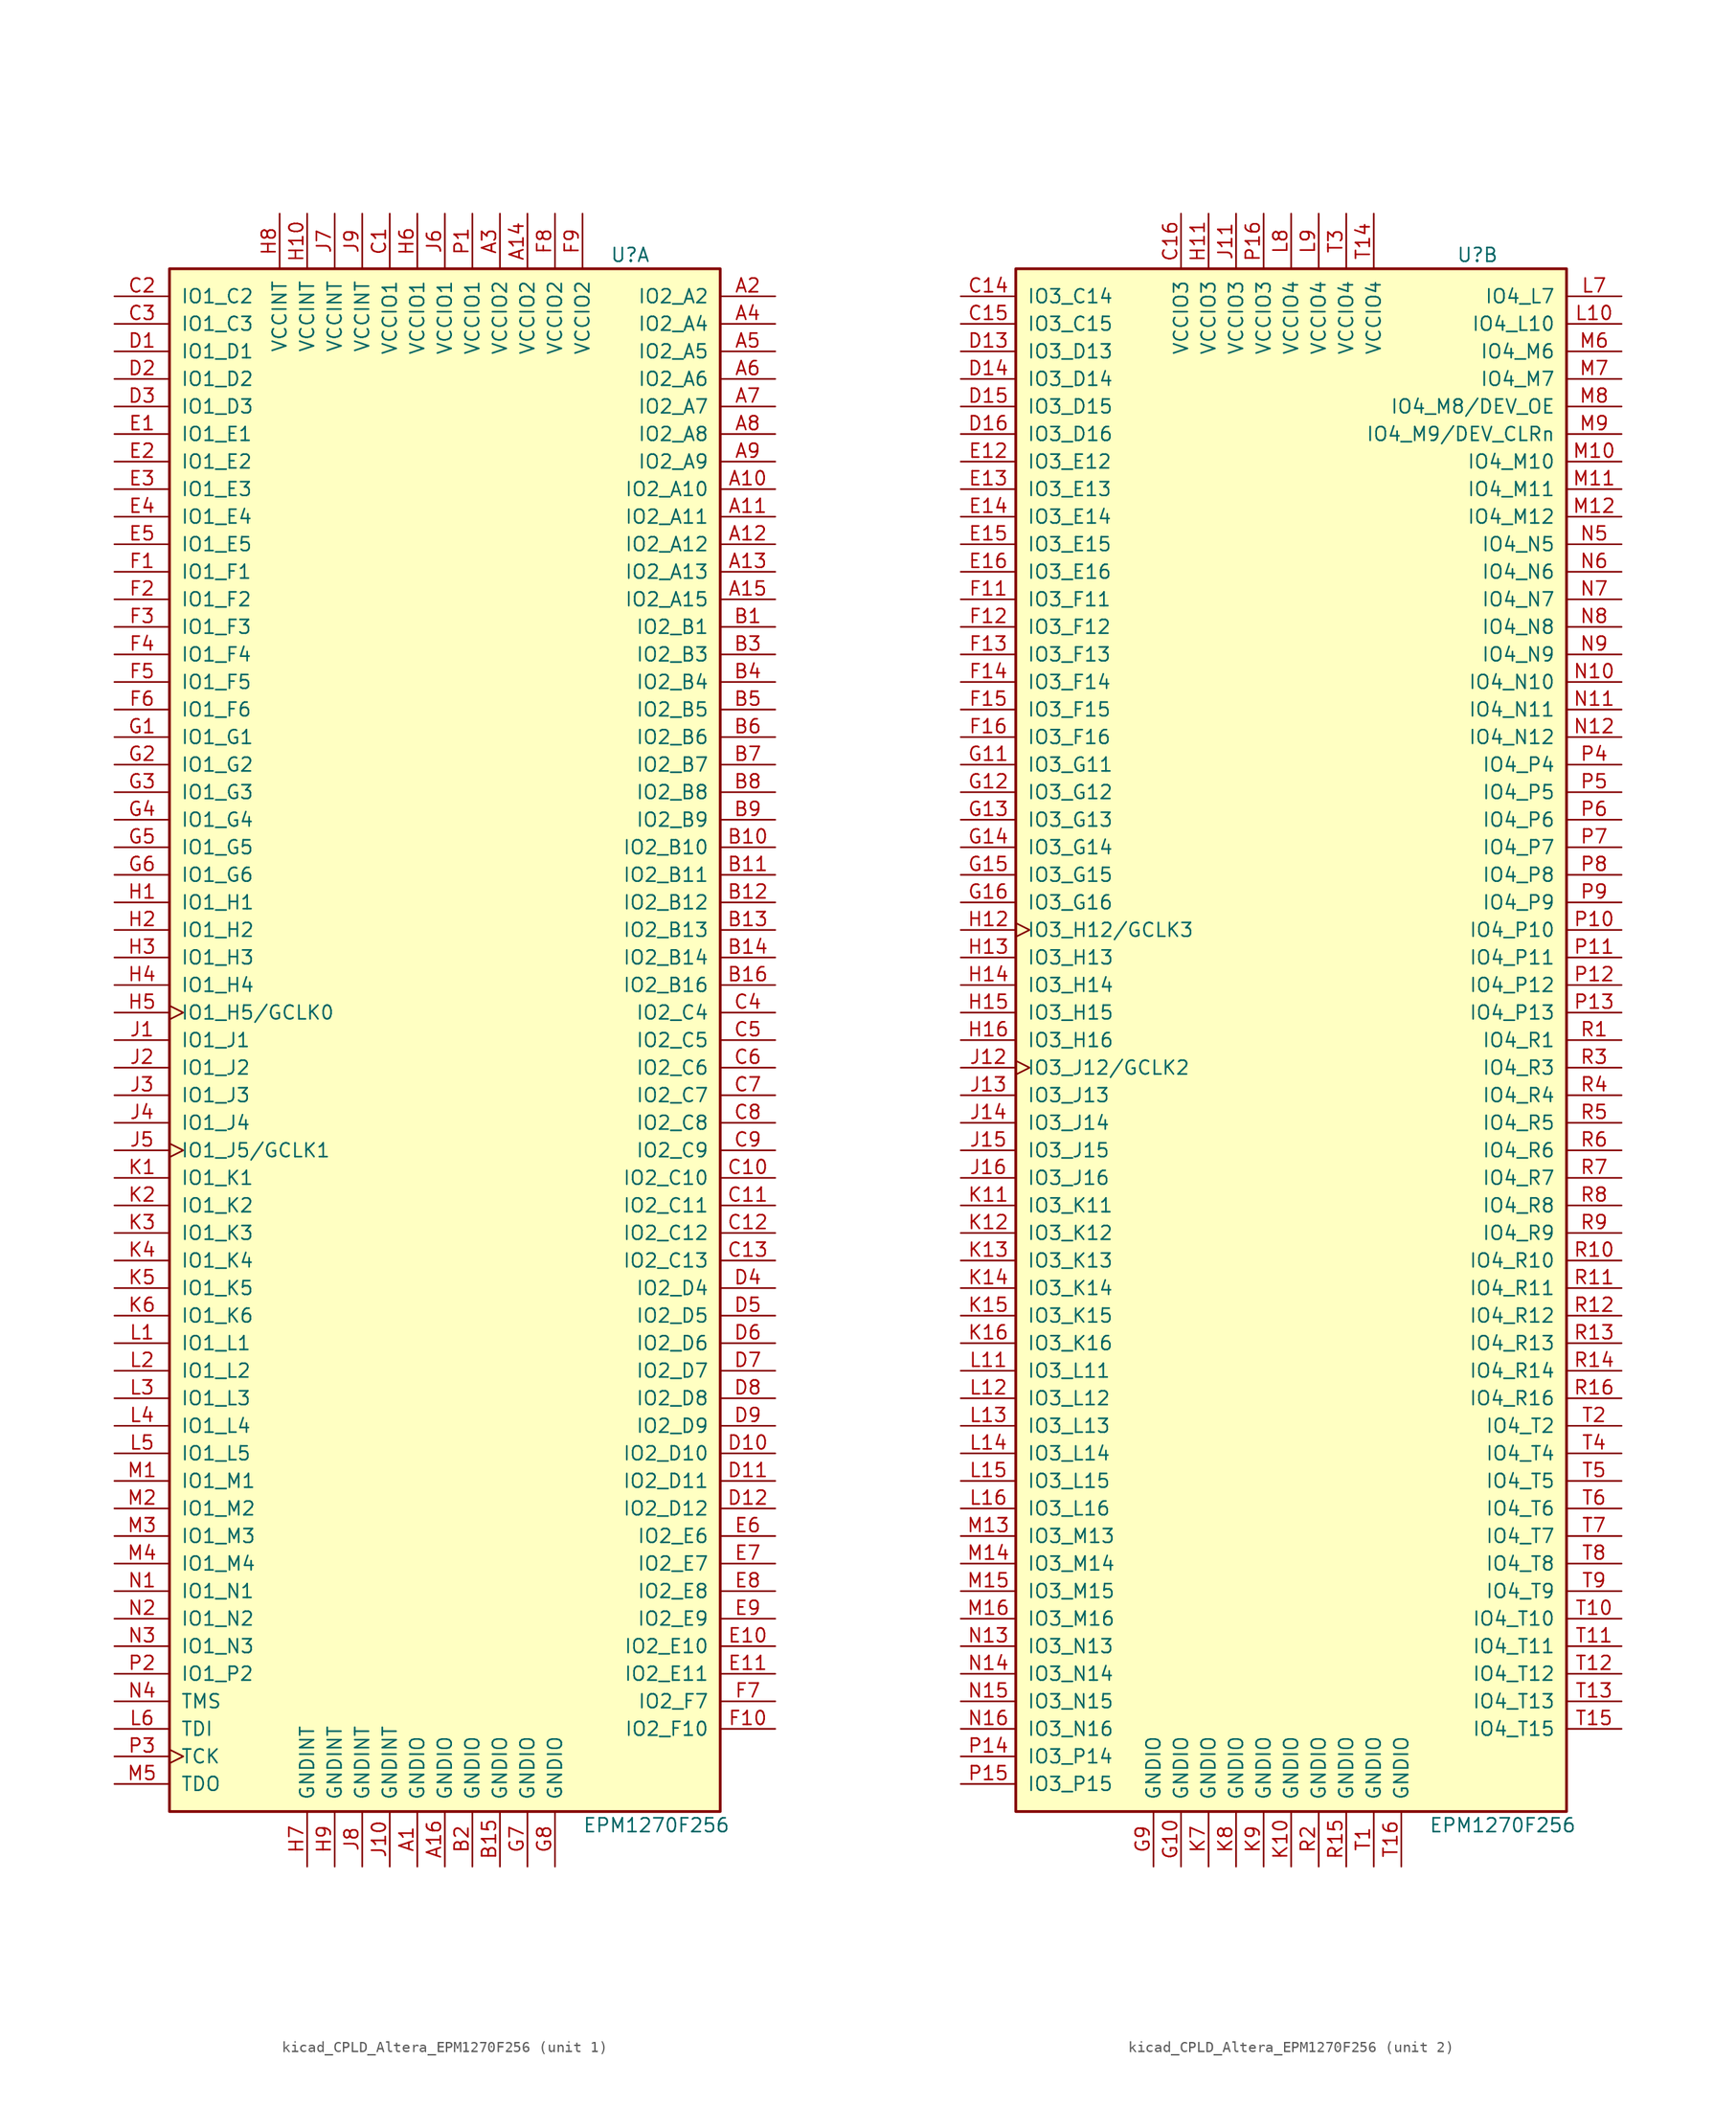
<source format=kicad_sym>
(kicad_symbol_lib
  (version 20220914)
  (generator kicad_symbol_editor)
  (symbol "kicad_CPLD_Altera_EPM1270F256"
    (pin_names
      (offset 1.016))
    (property "Reference" "U"
      (at 15.24 72.39 0)
      (effects (font (size 1.27 1.27)) (justify left)))
    (property "Value" "EPM1270F256"
      (at 12.7 -72.39 0)
      (effects (font (size 1.27 1.27)) (justify left)))
    (property "ki_locked" ""
      (at 0 0 0)
      (effects (font (size 1.27 1.27))))
    (symbol "kicad_CPLD_Altera_EPM1270F256_1_1"
      (rectangle (start -25.4 71.12) (end 25.4 -71.12) (stroke (width 0.254) (type default)) (fill (type background)))
      (pin power_in line (at -2.54 -76.2 90) (length 5.08) (name "GNDIO" (effects (font (size 1.27 1.27)))) (number "A1" (effects (font (size 1.27 1.27)))))
      (pin bidirectional line (at 30.48 50.8 180) (length 5.08) (name "IO2_A10" (effects (font (size 1.27 1.27)))) (number "A10" (effects (font (size 1.27 1.27)))))
      (pin bidirectional line (at 30.48 48.26 180) (length 5.08) (name "IO2_A11" (effects (font (size 1.27 1.27)))) (number "A11" (effects (font (size 1.27 1.27)))))
      (pin bidirectional line (at 30.48 45.72 180) (length 5.08) (name "IO2_A12" (effects (font (size 1.27 1.27)))) (number "A12" (effects (font (size 1.27 1.27)))))
      (pin bidirectional line (at 30.48 43.18 180) (length 5.08) (name "IO2_A13" (effects (font (size 1.27 1.27)))) (number "A13" (effects (font (size 1.27 1.27)))))
      (pin power_in line (at 7.62 76.2 270) (length 5.08) (name "VCCIO2" (effects (font (size 1.27 1.27)))) (number "A14" (effects (font (size 1.27 1.27)))))
      (pin bidirectional line (at 30.48 40.64 180) (length 5.08) (name "IO2_A15" (effects (font (size 1.27 1.27)))) (number "A15" (effects (font (size 1.27 1.27)))))
      (pin power_in line (at 0 -76.2 90) (length 5.08) (name "GNDIO" (effects (font (size 1.27 1.27)))) (number "A16" (effects (font (size 1.27 1.27)))))
      (pin bidirectional line (at 30.48 68.58 180) (length 5.08) (name "IO2_A2" (effects (font (size 1.27 1.27)))) (number "A2" (effects (font (size 1.27 1.27)))))
      (pin power_in line (at 5.08 76.2 270) (length 5.08) (name "VCCIO2" (effects (font (size 1.27 1.27)))) (number "A3" (effects (font (size 1.27 1.27)))))
      (pin bidirectional line (at 30.48 66.04 180) (length 5.08) (name "IO2_A4" (effects (font (size 1.27 1.27)))) (number "A4" (effects (font (size 1.27 1.27)))))
      (pin bidirectional line (at 30.48 63.5 180) (length 5.08) (name "IO2_A5" (effects (font (size 1.27 1.27)))) (number "A5" (effects (font (size 1.27 1.27)))))
      (pin bidirectional line (at 30.48 60.96 180) (length 5.08) (name "IO2_A6" (effects (font (size 1.27 1.27)))) (number "A6" (effects (font (size 1.27 1.27)))))
      (pin bidirectional line (at 30.48 58.42 180) (length 5.08) (name "IO2_A7" (effects (font (size 1.27 1.27)))) (number "A7" (effects (font (size 1.27 1.27)))))
      (pin bidirectional line (at 30.48 55.88 180) (length 5.08) (name "IO2_A8" (effects (font (size 1.27 1.27)))) (number "A8" (effects (font (size 1.27 1.27)))))
      (pin bidirectional line (at 30.48 53.34 180) (length 5.08) (name "IO2_A9" (effects (font (size 1.27 1.27)))) (number "A9" (effects (font (size 1.27 1.27)))))
      (pin bidirectional line (at 30.48 38.1 180) (length 5.08) (name "IO2_B1" (effects (font (size 1.27 1.27)))) (number "B1" (effects (font (size 1.27 1.27)))))
      (pin bidirectional line (at 30.48 17.78 180) (length 5.08) (name "IO2_B10" (effects (font (size 1.27 1.27)))) (number "B10" (effects (font (size 1.27 1.27)))))
      (pin bidirectional line (at 30.48 15.24 180) (length 5.08) (name "IO2_B11" (effects (font (size 1.27 1.27)))) (number "B11" (effects (font (size 1.27 1.27)))))
      (pin bidirectional line (at 30.48 12.7 180) (length 5.08) (name "IO2_B12" (effects (font (size 1.27 1.27)))) (number "B12" (effects (font (size 1.27 1.27)))))
      (pin bidirectional line (at 30.48 10.16 180) (length 5.08) (name "IO2_B13" (effects (font (size 1.27 1.27)))) (number "B13" (effects (font (size 1.27 1.27)))))
      (pin bidirectional line (at 30.48 7.62 180) (length 5.08) (name "IO2_B14" (effects (font (size 1.27 1.27)))) (number "B14" (effects (font (size 1.27 1.27)))))
      (pin power_in line (at 5.08 -76.2 90) (length 5.08) (name "GNDIO" (effects (font (size 1.27 1.27)))) (number "B15" (effects (font (size 1.27 1.27)))))
      (pin bidirectional line (at 30.48 5.08 180) (length 5.08) (name "IO2_B16" (effects (font (size 1.27 1.27)))) (number "B16" (effects (font (size 1.27 1.27)))))
      (pin power_in line (at 2.54 -76.2 90) (length 5.08) (name "GNDIO" (effects (font (size 1.27 1.27)))) (number "B2" (effects (font (size 1.27 1.27)))))
      (pin bidirectional line (at 30.48 35.56 180) (length 5.08) (name "IO2_B3" (effects (font (size 1.27 1.27)))) (number "B3" (effects (font (size 1.27 1.27)))))
      (pin bidirectional line (at 30.48 33.02 180) (length 5.08) (name "IO2_B4" (effects (font (size 1.27 1.27)))) (number "B4" (effects (font (size 1.27 1.27)))))
      (pin bidirectional line (at 30.48 30.48 180) (length 5.08) (name "IO2_B5" (effects (font (size 1.27 1.27)))) (number "B5" (effects (font (size 1.27 1.27)))))
      (pin bidirectional line (at 30.48 27.94 180) (length 5.08) (name "IO2_B6" (effects (font (size 1.27 1.27)))) (number "B6" (effects (font (size 1.27 1.27)))))
      (pin bidirectional line (at 30.48 25.4 180) (length 5.08) (name "IO2_B7" (effects (font (size 1.27 1.27)))) (number "B7" (effects (font (size 1.27 1.27)))))
      (pin bidirectional line (at 30.48 22.86 180) (length 5.08) (name "IO2_B8" (effects (font (size 1.27 1.27)))) (number "B8" (effects (font (size 1.27 1.27)))))
      (pin bidirectional line (at 30.48 20.32 180) (length 5.08) (name "IO2_B9" (effects (font (size 1.27 1.27)))) (number "B9" (effects (font (size 1.27 1.27)))))
      (pin power_in line (at -5.08 76.2 270) (length 5.08) (name "VCCIO1" (effects (font (size 1.27 1.27)))) (number "C1" (effects (font (size 1.27 1.27)))))
      (pin bidirectional line (at 30.48 -12.7 180) (length 5.08) (name "IO2_C10" (effects (font (size 1.27 1.27)))) (number "C10" (effects (font (size 1.27 1.27)))))
      (pin bidirectional line (at 30.48 -15.24 180) (length 5.08) (name "IO2_C11" (effects (font (size 1.27 1.27)))) (number "C11" (effects (font (size 1.27 1.27)))))
      (pin bidirectional line (at 30.48 -17.78 180) (length 5.08) (name "IO2_C12" (effects (font (size 1.27 1.27)))) (number "C12" (effects (font (size 1.27 1.27)))))
      (pin bidirectional line (at 30.48 -20.32 180) (length 5.08) (name "IO2_C13" (effects (font (size 1.27 1.27)))) (number "C13" (effects (font (size 1.27 1.27)))))
      (pin bidirectional line (at -30.48 68.58 0) (length 5.08) (name "IO1_C2" (effects (font (size 1.27 1.27)))) (number "C2" (effects (font (size 1.27 1.27)))))
      (pin bidirectional line (at -30.48 66.04 0) (length 5.08) (name "IO1_C3" (effects (font (size 1.27 1.27)))) (number "C3" (effects (font (size 1.27 1.27)))))
      (pin bidirectional line (at 30.48 2.54 180) (length 5.08) (name "IO2_C4" (effects (font (size 1.27 1.27)))) (number "C4" (effects (font (size 1.27 1.27)))))
      (pin bidirectional line (at 30.48 0 180) (length 5.08) (name "IO2_C5" (effects (font (size 1.27 1.27)))) (number "C5" (effects (font (size 1.27 1.27)))))
      (pin bidirectional line (at 30.48 -2.54 180) (length 5.08) (name "IO2_C6" (effects (font (size 1.27 1.27)))) (number "C6" (effects (font (size 1.27 1.27)))))
      (pin bidirectional line (at 30.48 -5.08 180) (length 5.08) (name "IO2_C7" (effects (font (size 1.27 1.27)))) (number "C7" (effects (font (size 1.27 1.27)))))
      (pin bidirectional line (at 30.48 -7.62 180) (length 5.08) (name "IO2_C8" (effects (font (size 1.27 1.27)))) (number "C8" (effects (font (size 1.27 1.27)))))
      (pin bidirectional line (at 30.48 -10.16 180) (length 5.08) (name "IO2_C9" (effects (font (size 1.27 1.27)))) (number "C9" (effects (font (size 1.27 1.27)))))
      (pin bidirectional line (at -30.48 63.5 0) (length 5.08) (name "IO1_D1" (effects (font (size 1.27 1.27)))) (number "D1" (effects (font (size 1.27 1.27)))))
      (pin bidirectional line (at 30.48 -38.1 180) (length 5.08) (name "IO2_D10" (effects (font (size 1.27 1.27)))) (number "D10" (effects (font (size 1.27 1.27)))))
      (pin bidirectional line (at 30.48 -40.64 180) (length 5.08) (name "IO2_D11" (effects (font (size 1.27 1.27)))) (number "D11" (effects (font (size 1.27 1.27)))))
      (pin bidirectional line (at 30.48 -43.18 180) (length 5.08) (name "IO2_D12" (effects (font (size 1.27 1.27)))) (number "D12" (effects (font (size 1.27 1.27)))))
      (pin bidirectional line (at -30.48 60.96 0) (length 5.08) (name "IO1_D2" (effects (font (size 1.27 1.27)))) (number "D2" (effects (font (size 1.27 1.27)))))
      (pin bidirectional line (at -30.48 58.42 0) (length 5.08) (name "IO1_D3" (effects (font (size 1.27 1.27)))) (number "D3" (effects (font (size 1.27 1.27)))))
      (pin bidirectional line (at 30.48 -22.86 180) (length 5.08) (name "IO2_D4" (effects (font (size 1.27 1.27)))) (number "D4" (effects (font (size 1.27 1.27)))))
      (pin bidirectional line (at 30.48 -25.4 180) (length 5.08) (name "IO2_D5" (effects (font (size 1.27 1.27)))) (number "D5" (effects (font (size 1.27 1.27)))))
      (pin bidirectional line (at 30.48 -27.94 180) (length 5.08) (name "IO2_D6" (effects (font (size 1.27 1.27)))) (number "D6" (effects (font (size 1.27 1.27)))))
      (pin bidirectional line (at 30.48 -30.48 180) (length 5.08) (name "IO2_D7" (effects (font (size 1.27 1.27)))) (number "D7" (effects (font (size 1.27 1.27)))))
      (pin bidirectional line (at 30.48 -33.02 180) (length 5.08) (name "IO2_D8" (effects (font (size 1.27 1.27)))) (number "D8" (effects (font (size 1.27 1.27)))))
      (pin bidirectional line (at 30.48 -35.56 180) (length 5.08) (name "IO2_D9" (effects (font (size 1.27 1.27)))) (number "D9" (effects (font (size 1.27 1.27)))))
      (pin bidirectional line (at -30.48 55.88 0) (length 5.08) (name "IO1_E1" (effects (font (size 1.27 1.27)))) (number "E1" (effects (font (size 1.27 1.27)))))
      (pin bidirectional line (at 30.48 -55.88 180) (length 5.08) (name "IO2_E10" (effects (font (size 1.27 1.27)))) (number "E10" (effects (font (size 1.27 1.27)))))
      (pin bidirectional line (at 30.48 -58.42 180) (length 5.08) (name "IO2_E11" (effects (font (size 1.27 1.27)))) (number "E11" (effects (font (size 1.27 1.27)))))
      (pin bidirectional line (at -30.48 53.34 0) (length 5.08) (name "IO1_E2" (effects (font (size 1.27 1.27)))) (number "E2" (effects (font (size 1.27 1.27)))))
      (pin bidirectional line (at -30.48 50.8 0) (length 5.08) (name "IO1_E3" (effects (font (size 1.27 1.27)))) (number "E3" (effects (font (size 1.27 1.27)))))
      (pin bidirectional line (at -30.48 48.26 0) (length 5.08) (name "IO1_E4" (effects (font (size 1.27 1.27)))) (number "E4" (effects (font (size 1.27 1.27)))))
      (pin bidirectional line (at -30.48 45.72 0) (length 5.08) (name "IO1_E5" (effects (font (size 1.27 1.27)))) (number "E5" (effects (font (size 1.27 1.27)))))
      (pin bidirectional line (at 30.48 -45.72 180) (length 5.08) (name "IO2_E6" (effects (font (size 1.27 1.27)))) (number "E6" (effects (font (size 1.27 1.27)))))
      (pin bidirectional line (at 30.48 -48.26 180) (length 5.08) (name "IO2_E7" (effects (font (size 1.27 1.27)))) (number "E7" (effects (font (size 1.27 1.27)))))
      (pin bidirectional line (at 30.48 -50.8 180) (length 5.08) (name "IO2_E8" (effects (font (size 1.27 1.27)))) (number "E8" (effects (font (size 1.27 1.27)))))
      (pin bidirectional line (at 30.48 -53.34 180) (length 5.08) (name "IO2_E9" (effects (font (size 1.27 1.27)))) (number "E9" (effects (font (size 1.27 1.27)))))
      (pin bidirectional line (at -30.48 43.18 0) (length 5.08) (name "IO1_F1" (effects (font (size 1.27 1.27)))) (number "F1" (effects (font (size 1.27 1.27)))))
      (pin bidirectional line (at 30.48 -63.5 180) (length 5.08) (name "IO2_F10" (effects (font (size 1.27 1.27)))) (number "F10" (effects (font (size 1.27 1.27)))))
      (pin bidirectional line (at -30.48 40.64 0) (length 5.08) (name "IO1_F2" (effects (font (size 1.27 1.27)))) (number "F2" (effects (font (size 1.27 1.27)))))
      (pin bidirectional line (at -30.48 38.1 0) (length 5.08) (name "IO1_F3" (effects (font (size 1.27 1.27)))) (number "F3" (effects (font (size 1.27 1.27)))))
      (pin bidirectional line (at -30.48 35.56 0) (length 5.08) (name "IO1_F4" (effects (font (size 1.27 1.27)))) (number "F4" (effects (font (size 1.27 1.27)))))
      (pin bidirectional line (at -30.48 33.02 0) (length 5.08) (name "IO1_F5" (effects (font (size 1.27 1.27)))) (number "F5" (effects (font (size 1.27 1.27)))))
      (pin bidirectional line (at -30.48 30.48 0) (length 5.08) (name "IO1_F6" (effects (font (size 1.27 1.27)))) (number "F6" (effects (font (size 1.27 1.27)))))
      (pin bidirectional line (at 30.48 -60.96 180) (length 5.08) (name "IO2_F7" (effects (font (size 1.27 1.27)))) (number "F7" (effects (font (size 1.27 1.27)))))
      (pin power_in line (at 10.16 76.2 270) (length 5.08) (name "VCCIO2" (effects (font (size 1.27 1.27)))) (number "F8" (effects (font (size 1.27 1.27)))))
      (pin power_in line (at 12.7 76.2 270) (length 5.08) (name "VCCIO2" (effects (font (size 1.27 1.27)))) (number "F9" (effects (font (size 1.27 1.27)))))
      (pin bidirectional line (at -30.48 27.94 0) (length 5.08) (name "IO1_G1" (effects (font (size 1.27 1.27)))) (number "G1" (effects (font (size 1.27 1.27)))))
      (pin bidirectional line (at -30.48 25.4 0) (length 5.08) (name "IO1_G2" (effects (font (size 1.27 1.27)))) (number "G2" (effects (font (size 1.27 1.27)))))
      (pin bidirectional line (at -30.48 22.86 0) (length 5.08) (name "IO1_G3" (effects (font (size 1.27 1.27)))) (number "G3" (effects (font (size 1.27 1.27)))))
      (pin bidirectional line (at -30.48 20.32 0) (length 5.08) (name "IO1_G4" (effects (font (size 1.27 1.27)))) (number "G4" (effects (font (size 1.27 1.27)))))
      (pin bidirectional line (at -30.48 17.78 0) (length 5.08) (name "IO1_G5" (effects (font (size 1.27 1.27)))) (number "G5" (effects (font (size 1.27 1.27)))))
      (pin bidirectional line (at -30.48 15.24 0) (length 5.08) (name "IO1_G6" (effects (font (size 1.27 1.27)))) (number "G6" (effects (font (size 1.27 1.27)))))
      (pin power_in line (at 7.62 -76.2 90) (length 5.08) (name "GNDIO" (effects (font (size 1.27 1.27)))) (number "G7" (effects (font (size 1.27 1.27)))))
      (pin power_in line (at 10.16 -76.2 90) (length 5.08) (name "GNDIO" (effects (font (size 1.27 1.27)))) (number "G8" (effects (font (size 1.27 1.27)))))
      (pin bidirectional line (at -30.48 12.7 0) (length 5.08) (name "IO1_H1" (effects (font (size 1.27 1.27)))) (number "H1" (effects (font (size 1.27 1.27)))))
      (pin power_in line (at -12.7 76.2 270) (length 5.08) (name "VCCINT" (effects (font (size 1.27 1.27)))) (number "H10" (effects (font (size 1.27 1.27)))))
      (pin bidirectional line (at -30.48 10.16 0) (length 5.08) (name "IO1_H2" (effects (font (size 1.27 1.27)))) (number "H2" (effects (font (size 1.27 1.27)))))
      (pin bidirectional line (at -30.48 7.62 0) (length 5.08) (name "IO1_H3" (effects (font (size 1.27 1.27)))) (number "H3" (effects (font (size 1.27 1.27)))))
      (pin bidirectional line (at -30.48 5.08 0) (length 5.08) (name "IO1_H4" (effects (font (size 1.27 1.27)))) (number "H4" (effects (font (size 1.27 1.27)))))
      (pin bidirectional clock (at -30.48 2.54 0) (length 5.08) (name "IO1_H5/GCLK0" (effects (font (size 1.27 1.27)))) (number "H5" (effects (font (size 1.27 1.27)))))
      (pin power_in line (at -2.54 76.2 270) (length 5.08) (name "VCCIO1" (effects (font (size 1.27 1.27)))) (number "H6" (effects (font (size 1.27 1.27)))))
      (pin power_in line (at -12.7 -76.2 90) (length 5.08) (name "GNDINT" (effects (font (size 1.27 1.27)))) (number "H7" (effects (font (size 1.27 1.27)))))
      (pin power_in line (at -15.24 76.2 270) (length 5.08) (name "VCCINT" (effects (font (size 1.27 1.27)))) (number "H8" (effects (font (size 1.27 1.27)))))
      (pin power_in line (at -10.16 -76.2 90) (length 5.08) (name "GNDINT" (effects (font (size 1.27 1.27)))) (number "H9" (effects (font (size 1.27 1.27)))))
      (pin bidirectional line (at -30.48 0 0) (length 5.08) (name "IO1_J1" (effects (font (size 1.27 1.27)))) (number "J1" (effects (font (size 1.27 1.27)))))
      (pin power_in line (at -5.08 -76.2 90) (length 5.08) (name "GNDINT" (effects (font (size 1.27 1.27)))) (number "J10" (effects (font (size 1.27 1.27)))))
      (pin bidirectional line (at -30.48 -2.54 0) (length 5.08) (name "IO1_J2" (effects (font (size 1.27 1.27)))) (number "J2" (effects (font (size 1.27 1.27)))))
      (pin bidirectional line (at -30.48 -5.08 0) (length 5.08) (name "IO1_J3" (effects (font (size 1.27 1.27)))) (number "J3" (effects (font (size 1.27 1.27)))))
      (pin bidirectional line (at -30.48 -7.62 0) (length 5.08) (name "IO1_J4" (effects (font (size 1.27 1.27)))) (number "J4" (effects (font (size 1.27 1.27)))))
      (pin bidirectional clock (at -30.48 -10.16 0) (length 5.08) (name "IO1_J5/GCLK1" (effects (font (size 1.27 1.27)))) (number "J5" (effects (font (size 1.27 1.27)))))
      (pin power_in line (at 0 76.2 270) (length 5.08) (name "VCCIO1" (effects (font (size 1.27 1.27)))) (number "J6" (effects (font (size 1.27 1.27)))))
      (pin power_in line (at -10.16 76.2 270) (length 5.08) (name "VCCINT" (effects (font (size 1.27 1.27)))) (number "J7" (effects (font (size 1.27 1.27)))))
      (pin power_in line (at -7.62 -76.2 90) (length 5.08) (name "GNDINT" (effects (font (size 1.27 1.27)))) (number "J8" (effects (font (size 1.27 1.27)))))
      (pin power_in line (at -7.62 76.2 270) (length 5.08) (name "VCCINT" (effects (font (size 1.27 1.27)))) (number "J9" (effects (font (size 1.27 1.27)))))
      (pin bidirectional line (at -30.48 -12.7 0) (length 5.08) (name "IO1_K1" (effects (font (size 1.27 1.27)))) (number "K1" (effects (font (size 1.27 1.27)))))
      (pin bidirectional line (at -30.48 -15.24 0) (length 5.08) (name "IO1_K2" (effects (font (size 1.27 1.27)))) (number "K2" (effects (font (size 1.27 1.27)))))
      (pin bidirectional line (at -30.48 -17.78 0) (length 5.08) (name "IO1_K3" (effects (font (size 1.27 1.27)))) (number "K3" (effects (font (size 1.27 1.27)))))
      (pin bidirectional line (at -30.48 -20.32 0) (length 5.08) (name "IO1_K4" (effects (font (size 1.27 1.27)))) (number "K4" (effects (font (size 1.27 1.27)))))
      (pin bidirectional line (at -30.48 -22.86 0) (length 5.08) (name "IO1_K5" (effects (font (size 1.27 1.27)))) (number "K5" (effects (font (size 1.27 1.27)))))
      (pin bidirectional line (at -30.48 -25.4 0) (length 5.08) (name "IO1_K6" (effects (font (size 1.27 1.27)))) (number "K6" (effects (font (size 1.27 1.27)))))
      (pin bidirectional line (at -30.48 -27.94 0) (length 5.08) (name "IO1_L1" (effects (font (size 1.27 1.27)))) (number "L1" (effects (font (size 1.27 1.27)))))
      (pin bidirectional line (at -30.48 -30.48 0) (length 5.08) (name "IO1_L2" (effects (font (size 1.27 1.27)))) (number "L2" (effects (font (size 1.27 1.27)))))
      (pin bidirectional line (at -30.48 -33.02 0) (length 5.08) (name "IO1_L3" (effects (font (size 1.27 1.27)))) (number "L3" (effects (font (size 1.27 1.27)))))
      (pin bidirectional line (at -30.48 -35.56 0) (length 5.08) (name "IO1_L4" (effects (font (size 1.27 1.27)))) (number "L4" (effects (font (size 1.27 1.27)))))
      (pin bidirectional line (at -30.48 -38.1 0) (length 5.08) (name "IO1_L5" (effects (font (size 1.27 1.27)))) (number "L5" (effects (font (size 1.27 1.27)))))
      (pin input line (at -30.48 -63.5 0) (length 5.08) (name "TDI" (effects (font (size 1.27 1.27)))) (number "L6" (effects (font (size 1.27 1.27)))))
      (pin bidirectional line (at -30.48 -40.64 0) (length 5.08) (name "IO1_M1" (effects (font (size 1.27 1.27)))) (number "M1" (effects (font (size 1.27 1.27)))))
      (pin bidirectional line (at -30.48 -43.18 0) (length 5.08) (name "IO1_M2" (effects (font (size 1.27 1.27)))) (number "M2" (effects (font (size 1.27 1.27)))))
      (pin bidirectional line (at -30.48 -45.72 0) (length 5.08) (name "IO1_M3" (effects (font (size 1.27 1.27)))) (number "M3" (effects (font (size 1.27 1.27)))))
      (pin bidirectional line (at -30.48 -48.26 0) (length 5.08) (name "IO1_M4" (effects (font (size 1.27 1.27)))) (number "M4" (effects (font (size 1.27 1.27)))))
      (pin output line (at -30.48 -68.58 0) (length 5.08) (name "TDO" (effects (font (size 1.27 1.27)))) (number "M5" (effects (font (size 1.27 1.27)))))
      (pin bidirectional line (at -30.48 -50.8 0) (length 5.08) (name "IO1_N1" (effects (font (size 1.27 1.27)))) (number "N1" (effects (font (size 1.27 1.27)))))
      (pin bidirectional line (at -30.48 -53.34 0) (length 5.08) (name "IO1_N2" (effects (font (size 1.27 1.27)))) (number "N2" (effects (font (size 1.27 1.27)))))
      (pin bidirectional line (at -30.48 -55.88 0) (length 5.08) (name "IO1_N3" (effects (font (size 1.27 1.27)))) (number "N3" (effects (font (size 1.27 1.27)))))
      (pin input line (at -30.48 -60.96 0) (length 5.08) (name "TMS" (effects (font (size 1.27 1.27)))) (number "N4" (effects (font (size 1.27 1.27)))))
      (pin power_in line (at 2.54 76.2 270) (length 5.08) (name "VCCIO1" (effects (font (size 1.27 1.27)))) (number "P1" (effects (font (size 1.27 1.27)))))
      (pin bidirectional line (at -30.48 -58.42 0) (length 5.08) (name "IO1_P2" (effects (font (size 1.27 1.27)))) (number "P2" (effects (font (size 1.27 1.27)))))
      (pin input clock (at -30.48 -66.04 0) (length 5.08) (name "TCK" (effects (font (size 1.27 1.27)))) (number "P3" (effects (font (size 1.27 1.27))))))
    (symbol "kicad_CPLD_Altera_EPM1270F256_2_1"
      (rectangle (start -25.4 71.12) (end 25.4 -71.12) (stroke (width 0.254) (type default)) (fill (type background)))
      (pin bidirectional line (at -30.48 68.58 0) (length 5.08) (name "IO3_C14" (effects (font (size 1.27 1.27)))) (number "C14" (effects (font (size 1.27 1.27)))))
      (pin bidirectional line (at -30.48 66.04 0) (length 5.08) (name "IO3_C15" (effects (font (size 1.27 1.27)))) (number "C15" (effects (font (size 1.27 1.27)))))
      (pin power_in line (at -10.16 76.2 270) (length 5.08) (name "VCCIO3" (effects (font (size 1.27 1.27)))) (number "C16" (effects (font (size 1.27 1.27)))))
      (pin bidirectional line (at -30.48 63.5 0) (length 5.08) (name "IO3_D13" (effects (font (size 1.27 1.27)))) (number "D13" (effects (font (size 1.27 1.27)))))
      (pin bidirectional line (at -30.48 60.96 0) (length 5.08) (name "IO3_D14" (effects (font (size 1.27 1.27)))) (number "D14" (effects (font (size 1.27 1.27)))))
      (pin bidirectional line (at -30.48 58.42 0) (length 5.08) (name "IO3_D15" (effects (font (size 1.27 1.27)))) (number "D15" (effects (font (size 1.27 1.27)))))
      (pin bidirectional line (at -30.48 55.88 0) (length 5.08) (name "IO3_D16" (effects (font (size 1.27 1.27)))) (number "D16" (effects (font (size 1.27 1.27)))))
      (pin bidirectional line (at -30.48 53.34 0) (length 5.08) (name "IO3_E12" (effects (font (size 1.27 1.27)))) (number "E12" (effects (font (size 1.27 1.27)))))
      (pin bidirectional line (at -30.48 50.8 0) (length 5.08) (name "IO3_E13" (effects (font (size 1.27 1.27)))) (number "E13" (effects (font (size 1.27 1.27)))))
      (pin bidirectional line (at -30.48 48.26 0) (length 5.08) (name "IO3_E14" (effects (font (size 1.27 1.27)))) (number "E14" (effects (font (size 1.27 1.27)))))
      (pin bidirectional line (at -30.48 45.72 0) (length 5.08) (name "IO3_E15" (effects (font (size 1.27 1.27)))) (number "E15" (effects (font (size 1.27 1.27)))))
      (pin bidirectional line (at -30.48 43.18 0) (length 5.08) (name "IO3_E16" (effects (font (size 1.27 1.27)))) (number "E16" (effects (font (size 1.27 1.27)))))
      (pin bidirectional line (at -30.48 40.64 0) (length 5.08) (name "IO3_F11" (effects (font (size 1.27 1.27)))) (number "F11" (effects (font (size 1.27 1.27)))))
      (pin bidirectional line (at -30.48 38.1 0) (length 5.08) (name "IO3_F12" (effects (font (size 1.27 1.27)))) (number "F12" (effects (font (size 1.27 1.27)))))
      (pin bidirectional line (at -30.48 35.56 0) (length 5.08) (name "IO3_F13" (effects (font (size 1.27 1.27)))) (number "F13" (effects (font (size 1.27 1.27)))))
      (pin bidirectional line (at -30.48 33.02 0) (length 5.08) (name "IO3_F14" (effects (font (size 1.27 1.27)))) (number "F14" (effects (font (size 1.27 1.27)))))
      (pin bidirectional line (at -30.48 30.48 0) (length 5.08) (name "IO3_F15" (effects (font (size 1.27 1.27)))) (number "F15" (effects (font (size 1.27 1.27)))))
      (pin bidirectional line (at -30.48 27.94 0) (length 5.08) (name "IO3_F16" (effects (font (size 1.27 1.27)))) (number "F16" (effects (font (size 1.27 1.27)))))
      (pin power_in line (at -10.16 -76.2 90) (length 5.08) (name "GNDIO" (effects (font (size 1.27 1.27)))) (number "G10" (effects (font (size 1.27 1.27)))))
      (pin bidirectional line (at -30.48 25.4 0) (length 5.08) (name "IO3_G11" (effects (font (size 1.27 1.27)))) (number "G11" (effects (font (size 1.27 1.27)))))
      (pin bidirectional line (at -30.48 22.86 0) (length 5.08) (name "IO3_G12" (effects (font (size 1.27 1.27)))) (number "G12" (effects (font (size 1.27 1.27)))))
      (pin bidirectional line (at -30.48 20.32 0) (length 5.08) (name "IO3_G13" (effects (font (size 1.27 1.27)))) (number "G13" (effects (font (size 1.27 1.27)))))
      (pin bidirectional line (at -30.48 17.78 0) (length 5.08) (name "IO3_G14" (effects (font (size 1.27 1.27)))) (number "G14" (effects (font (size 1.27 1.27)))))
      (pin bidirectional line (at -30.48 15.24 0) (length 5.08) (name "IO3_G15" (effects (font (size 1.27 1.27)))) (number "G15" (effects (font (size 1.27 1.27)))))
      (pin bidirectional line (at -30.48 12.7 0) (length 5.08) (name "IO3_G16" (effects (font (size 1.27 1.27)))) (number "G16" (effects (font (size 1.27 1.27)))))
      (pin power_in line (at -12.7 -76.2 90) (length 5.08) (name "GNDIO" (effects (font (size 1.27 1.27)))) (number "G9" (effects (font (size 1.27 1.27)))))
      (pin power_in line (at -7.62 76.2 270) (length 5.08) (name "VCCIO3" (effects (font (size 1.27 1.27)))) (number "H11" (effects (font (size 1.27 1.27)))))
      (pin bidirectional clock (at -30.48 10.16 0) (length 5.08) (name "IO3_H12/GCLK3" (effects (font (size 1.27 1.27)))) (number "H12" (effects (font (size 1.27 1.27)))))
      (pin bidirectional line (at -30.48 7.62 0) (length 5.08) (name "IO3_H13" (effects (font (size 1.27 1.27)))) (number "H13" (effects (font (size 1.27 1.27)))))
      (pin bidirectional line (at -30.48 5.08 0) (length 5.08) (name "IO3_H14" (effects (font (size 1.27 1.27)))) (number "H14" (effects (font (size 1.27 1.27)))))
      (pin bidirectional line (at -30.48 2.54 0) (length 5.08) (name "IO3_H15" (effects (font (size 1.27 1.27)))) (number "H15" (effects (font (size 1.27 1.27)))))
      (pin bidirectional line (at -30.48 0 0) (length 5.08) (name "IO3_H16" (effects (font (size 1.27 1.27)))) (number "H16" (effects (font (size 1.27 1.27)))))
      (pin power_in line (at -5.08 76.2 270) (length 5.08) (name "VCCIO3" (effects (font (size 1.27 1.27)))) (number "J11" (effects (font (size 1.27 1.27)))))
      (pin bidirectional clock (at -30.48 -2.54 0) (length 5.08) (name "IO3_J12/GCLK2" (effects (font (size 1.27 1.27)))) (number "J12" (effects (font (size 1.27 1.27)))))
      (pin bidirectional line (at -30.48 -5.08 0) (length 5.08) (name "IO3_J13" (effects (font (size 1.27 1.27)))) (number "J13" (effects (font (size 1.27 1.27)))))
      (pin bidirectional line (at -30.48 -7.62 0) (length 5.08) (name "IO3_J14" (effects (font (size 1.27 1.27)))) (number "J14" (effects (font (size 1.27 1.27)))))
      (pin bidirectional line (at -30.48 -10.16 0) (length 5.08) (name "IO3_J15" (effects (font (size 1.27 1.27)))) (number "J15" (effects (font (size 1.27 1.27)))))
      (pin bidirectional line (at -30.48 -12.7 0) (length 5.08) (name "IO3_J16" (effects (font (size 1.27 1.27)))) (number "J16" (effects (font (size 1.27 1.27)))))
      (pin power_in line (at 0 -76.2 90) (length 5.08) (name "GNDIO" (effects (font (size 1.27 1.27)))) (number "K10" (effects (font (size 1.27 1.27)))))
      (pin bidirectional line (at -30.48 -15.24 0) (length 5.08) (name "IO3_K11" (effects (font (size 1.27 1.27)))) (number "K11" (effects (font (size 1.27 1.27)))))
      (pin bidirectional line (at -30.48 -17.78 0) (length 5.08) (name "IO3_K12" (effects (font (size 1.27 1.27)))) (number "K12" (effects (font (size 1.27 1.27)))))
      (pin bidirectional line (at -30.48 -20.32 0) (length 5.08) (name "IO3_K13" (effects (font (size 1.27 1.27)))) (number "K13" (effects (font (size 1.27 1.27)))))
      (pin bidirectional line (at -30.48 -22.86 0) (length 5.08) (name "IO3_K14" (effects (font (size 1.27 1.27)))) (number "K14" (effects (font (size 1.27 1.27)))))
      (pin bidirectional line (at -30.48 -25.4 0) (length 5.08) (name "IO3_K15" (effects (font (size 1.27 1.27)))) (number "K15" (effects (font (size 1.27 1.27)))))
      (pin bidirectional line (at -30.48 -27.94 0) (length 5.08) (name "IO3_K16" (effects (font (size 1.27 1.27)))) (number "K16" (effects (font (size 1.27 1.27)))))
      (pin power_in line (at -7.62 -76.2 90) (length 5.08) (name "GNDIO" (effects (font (size 1.27 1.27)))) (number "K7" (effects (font (size 1.27 1.27)))))
      (pin power_in line (at -5.08 -76.2 90) (length 5.08) (name "GNDIO" (effects (font (size 1.27 1.27)))) (number "K8" (effects (font (size 1.27 1.27)))))
      (pin power_in line (at -2.54 -76.2 90) (length 5.08) (name "GNDIO" (effects (font (size 1.27 1.27)))) (number "K9" (effects (font (size 1.27 1.27)))))
      (pin bidirectional line (at 30.48 66.04 180) (length 5.08) (name "IO4_L10" (effects (font (size 1.27 1.27)))) (number "L10" (effects (font (size 1.27 1.27)))))
      (pin bidirectional line (at -30.48 -30.48 0) (length 5.08) (name "IO3_L11" (effects (font (size 1.27 1.27)))) (number "L11" (effects (font (size 1.27 1.27)))))
      (pin bidirectional line (at -30.48 -33.02 0) (length 5.08) (name "IO3_L12" (effects (font (size 1.27 1.27)))) (number "L12" (effects (font (size 1.27 1.27)))))
      (pin bidirectional line (at -30.48 -35.56 0) (length 5.08) (name "IO3_L13" (effects (font (size 1.27 1.27)))) (number "L13" (effects (font (size 1.27 1.27)))))
      (pin bidirectional line (at -30.48 -38.1 0) (length 5.08) (name "IO3_L14" (effects (font (size 1.27 1.27)))) (number "L14" (effects (font (size 1.27 1.27)))))
      (pin bidirectional line (at -30.48 -40.64 0) (length 5.08) (name "IO3_L15" (effects (font (size 1.27 1.27)))) (number "L15" (effects (font (size 1.27 1.27)))))
      (pin bidirectional line (at -30.48 -43.18 0) (length 5.08) (name "IO3_L16" (effects (font (size 1.27 1.27)))) (number "L16" (effects (font (size 1.27 1.27)))))
      (pin bidirectional line (at 30.48 68.58 180) (length 5.08) (name "IO4_L7" (effects (font (size 1.27 1.27)))) (number "L7" (effects (font (size 1.27 1.27)))))
      (pin power_in line (at 0 76.2 270) (length 5.08) (name "VCCIO4" (effects (font (size 1.27 1.27)))) (number "L8" (effects (font (size 1.27 1.27)))))
      (pin power_in line (at 2.54 76.2 270) (length 5.08) (name "VCCIO4" (effects (font (size 1.27 1.27)))) (number "L9" (effects (font (size 1.27 1.27)))))
      (pin bidirectional line (at 30.48 53.34 180) (length 5.08) (name "IO4_M10" (effects (font (size 1.27 1.27)))) (number "M10" (effects (font (size 1.27 1.27)))))
      (pin bidirectional line (at 30.48 50.8 180) (length 5.08) (name "IO4_M11" (effects (font (size 1.27 1.27)))) (number "M11" (effects (font (size 1.27 1.27)))))
      (pin bidirectional line (at 30.48 48.26 180) (length 5.08) (name "IO4_M12" (effects (font (size 1.27 1.27)))) (number "M12" (effects (font (size 1.27 1.27)))))
      (pin bidirectional line (at -30.48 -45.72 0) (length 5.08) (name "IO3_M13" (effects (font (size 1.27 1.27)))) (number "M13" (effects (font (size 1.27 1.27)))))
      (pin bidirectional line (at -30.48 -48.26 0) (length 5.08) (name "IO3_M14" (effects (font (size 1.27 1.27)))) (number "M14" (effects (font (size 1.27 1.27)))))
      (pin bidirectional line (at -30.48 -50.8 0) (length 5.08) (name "IO3_M15" (effects (font (size 1.27 1.27)))) (number "M15" (effects (font (size 1.27 1.27)))))
      (pin bidirectional line (at -30.48 -53.34 0) (length 5.08) (name "IO3_M16" (effects (font (size 1.27 1.27)))) (number "M16" (effects (font (size 1.27 1.27)))))
      (pin bidirectional line (at 30.48 63.5 180) (length 5.08) (name "IO4_M6" (effects (font (size 1.27 1.27)))) (number "M6" (effects (font (size 1.27 1.27)))))
      (pin bidirectional line (at 30.48 60.96 180) (length 5.08) (name "IO4_M7" (effects (font (size 1.27 1.27)))) (number "M7" (effects (font (size 1.27 1.27)))))
      (pin bidirectional line (at 30.48 58.42 180) (length 5.08) (name "IO4_M8/DEV_OE" (effects (font (size 1.27 1.27)))) (number "M8" (effects (font (size 1.27 1.27)))))
      (pin bidirectional line (at 30.48 55.88 180) (length 5.08) (name "IO4_M9/DEV_CLRn" (effects (font (size 1.27 1.27)))) (number "M9" (effects (font (size 1.27 1.27)))))
      (pin bidirectional line (at 30.48 33.02 180) (length 5.08) (name "IO4_N10" (effects (font (size 1.27 1.27)))) (number "N10" (effects (font (size 1.27 1.27)))))
      (pin bidirectional line (at 30.48 30.48 180) (length 5.08) (name "IO4_N11" (effects (font (size 1.27 1.27)))) (number "N11" (effects (font (size 1.27 1.27)))))
      (pin bidirectional line (at 30.48 27.94 180) (length 5.08) (name "IO4_N12" (effects (font (size 1.27 1.27)))) (number "N12" (effects (font (size 1.27 1.27)))))
      (pin bidirectional line (at -30.48 -55.88 0) (length 5.08) (name "IO3_N13" (effects (font (size 1.27 1.27)))) (number "N13" (effects (font (size 1.27 1.27)))))
      (pin bidirectional line (at -30.48 -58.42 0) (length 5.08) (name "IO3_N14" (effects (font (size 1.27 1.27)))) (number "N14" (effects (font (size 1.27 1.27)))))
      (pin bidirectional line (at -30.48 -60.96 0) (length 5.08) (name "IO3_N15" (effects (font (size 1.27 1.27)))) (number "N15" (effects (font (size 1.27 1.27)))))
      (pin bidirectional line (at -30.48 -63.5 0) (length 5.08) (name "IO3_N16" (effects (font (size 1.27 1.27)))) (number "N16" (effects (font (size 1.27 1.27)))))
      (pin bidirectional line (at 30.48 45.72 180) (length 5.08) (name "IO4_N5" (effects (font (size 1.27 1.27)))) (number "N5" (effects (font (size 1.27 1.27)))))
      (pin bidirectional line (at 30.48 43.18 180) (length 5.08) (name "IO4_N6" (effects (font (size 1.27 1.27)))) (number "N6" (effects (font (size 1.27 1.27)))))
      (pin bidirectional line (at 30.48 40.64 180) (length 5.08) (name "IO4_N7" (effects (font (size 1.27 1.27)))) (number "N7" (effects (font (size 1.27 1.27)))))
      (pin bidirectional line (at 30.48 38.1 180) (length 5.08) (name "IO4_N8" (effects (font (size 1.27 1.27)))) (number "N8" (effects (font (size 1.27 1.27)))))
      (pin bidirectional line (at 30.48 35.56 180) (length 5.08) (name "IO4_N9" (effects (font (size 1.27 1.27)))) (number "N9" (effects (font (size 1.27 1.27)))))
      (pin bidirectional line (at 30.48 10.16 180) (length 5.08) (name "IO4_P10" (effects (font (size 1.27 1.27)))) (number "P10" (effects (font (size 1.27 1.27)))))
      (pin bidirectional line (at 30.48 7.62 180) (length 5.08) (name "IO4_P11" (effects (font (size 1.27 1.27)))) (number "P11" (effects (font (size 1.27 1.27)))))
      (pin bidirectional line (at 30.48 5.08 180) (length 5.08) (name "IO4_P12" (effects (font (size 1.27 1.27)))) (number "P12" (effects (font (size 1.27 1.27)))))
      (pin bidirectional line (at 30.48 2.54 180) (length 5.08) (name "IO4_P13" (effects (font (size 1.27 1.27)))) (number "P13" (effects (font (size 1.27 1.27)))))
      (pin bidirectional line (at -30.48 -66.04 0) (length 5.08) (name "IO3_P14" (effects (font (size 1.27 1.27)))) (number "P14" (effects (font (size 1.27 1.27)))))
      (pin bidirectional line (at -30.48 -68.58 0) (length 5.08) (name "IO3_P15" (effects (font (size 1.27 1.27)))) (number "P15" (effects (font (size 1.27 1.27)))))
      (pin power_in line (at -2.54 76.2 270) (length 5.08) (name "VCCIO3" (effects (font (size 1.27 1.27)))) (number "P16" (effects (font (size 1.27 1.27)))))
      (pin bidirectional line (at 30.48 25.4 180) (length 5.08) (name "IO4_P4" (effects (font (size 1.27 1.27)))) (number "P4" (effects (font (size 1.27 1.27)))))
      (pin bidirectional line (at 30.48 22.86 180) (length 5.08) (name "IO4_P5" (effects (font (size 1.27 1.27)))) (number "P5" (effects (font (size 1.27 1.27)))))
      (pin bidirectional line (at 30.48 20.32 180) (length 5.08) (name "IO4_P6" (effects (font (size 1.27 1.27)))) (number "P6" (effects (font (size 1.27 1.27)))))
      (pin bidirectional line (at 30.48 17.78 180) (length 5.08) (name "IO4_P7" (effects (font (size 1.27 1.27)))) (number "P7" (effects (font (size 1.27 1.27)))))
      (pin bidirectional line (at 30.48 15.24 180) (length 5.08) (name "IO4_P8" (effects (font (size 1.27 1.27)))) (number "P8" (effects (font (size 1.27 1.27)))))
      (pin bidirectional line (at 30.48 12.7 180) (length 5.08) (name "IO4_P9" (effects (font (size 1.27 1.27)))) (number "P9" (effects (font (size 1.27 1.27)))))
      (pin bidirectional line (at 30.48 0 180) (length 5.08) (name "IO4_R1" (effects (font (size 1.27 1.27)))) (number "R1" (effects (font (size 1.27 1.27)))))
      (pin bidirectional line (at 30.48 -20.32 180) (length 5.08) (name "IO4_R10" (effects (font (size 1.27 1.27)))) (number "R10" (effects (font (size 1.27 1.27)))))
      (pin bidirectional line (at 30.48 -22.86 180) (length 5.08) (name "IO4_R11" (effects (font (size 1.27 1.27)))) (number "R11" (effects (font (size 1.27 1.27)))))
      (pin bidirectional line (at 30.48 -25.4 180) (length 5.08) (name "IO4_R12" (effects (font (size 1.27 1.27)))) (number "R12" (effects (font (size 1.27 1.27)))))
      (pin bidirectional line (at 30.48 -27.94 180) (length 5.08) (name "IO4_R13" (effects (font (size 1.27 1.27)))) (number "R13" (effects (font (size 1.27 1.27)))))
      (pin bidirectional line (at 30.48 -30.48 180) (length 5.08) (name "IO4_R14" (effects (font (size 1.27 1.27)))) (number "R14" (effects (font (size 1.27 1.27)))))
      (pin power_in line (at 5.08 -76.2 90) (length 5.08) (name "GNDIO" (effects (font (size 1.27 1.27)))) (number "R15" (effects (font (size 1.27 1.27)))))
      (pin bidirectional line (at 30.48 -33.02 180) (length 5.08) (name "IO4_R16" (effects (font (size 1.27 1.27)))) (number "R16" (effects (font (size 1.27 1.27)))))
      (pin power_in line (at 2.54 -76.2 90) (length 5.08) (name "GNDIO" (effects (font (size 1.27 1.27)))) (number "R2" (effects (font (size 1.27 1.27)))))
      (pin bidirectional line (at 30.48 -2.54 180) (length 5.08) (name "IO4_R3" (effects (font (size 1.27 1.27)))) (number "R3" (effects (font (size 1.27 1.27)))))
      (pin bidirectional line (at 30.48 -5.08 180) (length 5.08) (name "IO4_R4" (effects (font (size 1.27 1.27)))) (number "R4" (effects (font (size 1.27 1.27)))))
      (pin bidirectional line (at 30.48 -7.62 180) (length 5.08) (name "IO4_R5" (effects (font (size 1.27 1.27)))) (number "R5" (effects (font (size 1.27 1.27)))))
      (pin bidirectional line (at 30.48 -10.16 180) (length 5.08) (name "IO4_R6" (effects (font (size 1.27 1.27)))) (number "R6" (effects (font (size 1.27 1.27)))))
      (pin bidirectional line (at 30.48 -12.7 180) (length 5.08) (name "IO4_R7" (effects (font (size 1.27 1.27)))) (number "R7" (effects (font (size 1.27 1.27)))))
      (pin bidirectional line (at 30.48 -15.24 180) (length 5.08) (name "IO4_R8" (effects (font (size 1.27 1.27)))) (number "R8" (effects (font (size 1.27 1.27)))))
      (pin bidirectional line (at 30.48 -17.78 180) (length 5.08) (name "IO4_R9" (effects (font (size 1.27 1.27)))) (number "R9" (effects (font (size 1.27 1.27)))))
      (pin power_in line (at 7.62 -76.2 90) (length 5.08) (name "GNDIO" (effects (font (size 1.27 1.27)))) (number "T1" (effects (font (size 1.27 1.27)))))
      (pin bidirectional line (at 30.48 -53.34 180) (length 5.08) (name "IO4_T10" (effects (font (size 1.27 1.27)))) (number "T10" (effects (font (size 1.27 1.27)))))
      (pin bidirectional line (at 30.48 -55.88 180) (length 5.08) (name "IO4_T11" (effects (font (size 1.27 1.27)))) (number "T11" (effects (font (size 1.27 1.27)))))
      (pin bidirectional line (at 30.48 -58.42 180) (length 5.08) (name "IO4_T12" (effects (font (size 1.27 1.27)))) (number "T12" (effects (font (size 1.27 1.27)))))
      (pin bidirectional line (at 30.48 -60.96 180) (length 5.08) (name "IO4_T13" (effects (font (size 1.27 1.27)))) (number "T13" (effects (font (size 1.27 1.27)))))
      (pin power_in line (at 7.62 76.2 270) (length 5.08) (name "VCCIO4" (effects (font (size 1.27 1.27)))) (number "T14" (effects (font (size 1.27 1.27)))))
      (pin bidirectional line (at 30.48 -63.5 180) (length 5.08) (name "IO4_T15" (effects (font (size 1.27 1.27)))) (number "T15" (effects (font (size 1.27 1.27)))))
      (pin power_in line (at 10.16 -76.2 90) (length 5.08) (name "GNDIO" (effects (font (size 1.27 1.27)))) (number "T16" (effects (font (size 1.27 1.27)))))
      (pin bidirectional line (at 30.48 -35.56 180) (length 5.08) (name "IO4_T2" (effects (font (size 1.27 1.27)))) (number "T2" (effects (font (size 1.27 1.27)))))
      (pin power_in line (at 5.08 76.2 270) (length 5.08) (name "VCCIO4" (effects (font (size 1.27 1.27)))) (number "T3" (effects (font (size 1.27 1.27)))))
      (pin bidirectional line (at 30.48 -38.1 180) (length 5.08) (name "IO4_T4" (effects (font (size 1.27 1.27)))) (number "T4" (effects (font (size 1.27 1.27)))))
      (pin bidirectional line (at 30.48 -40.64 180) (length 5.08) (name "IO4_T5" (effects (font (size 1.27 1.27)))) (number "T5" (effects (font (size 1.27 1.27)))))
      (pin bidirectional line (at 30.48 -43.18 180) (length 5.08) (name "IO4_T6" (effects (font (size 1.27 1.27)))) (number "T6" (effects (font (size 1.27 1.27)))))
      (pin bidirectional line (at 30.48 -45.72 180) (length 5.08) (name "IO4_T7" (effects (font (size 1.27 1.27)))) (number "T7" (effects (font (size 1.27 1.27)))))
      (pin bidirectional line (at 30.48 -48.26 180) (length 5.08) (name "IO4_T8" (effects (font (size 1.27 1.27)))) (number "T8" (effects (font (size 1.27 1.27)))))
      (pin bidirectional line (at 30.48 -50.8 180) (length 5.08) (name "IO4_T9" (effects (font (size 1.27 1.27)))) (number "T9" (effects (font (size 1.27 1.27))))))))
</source>
